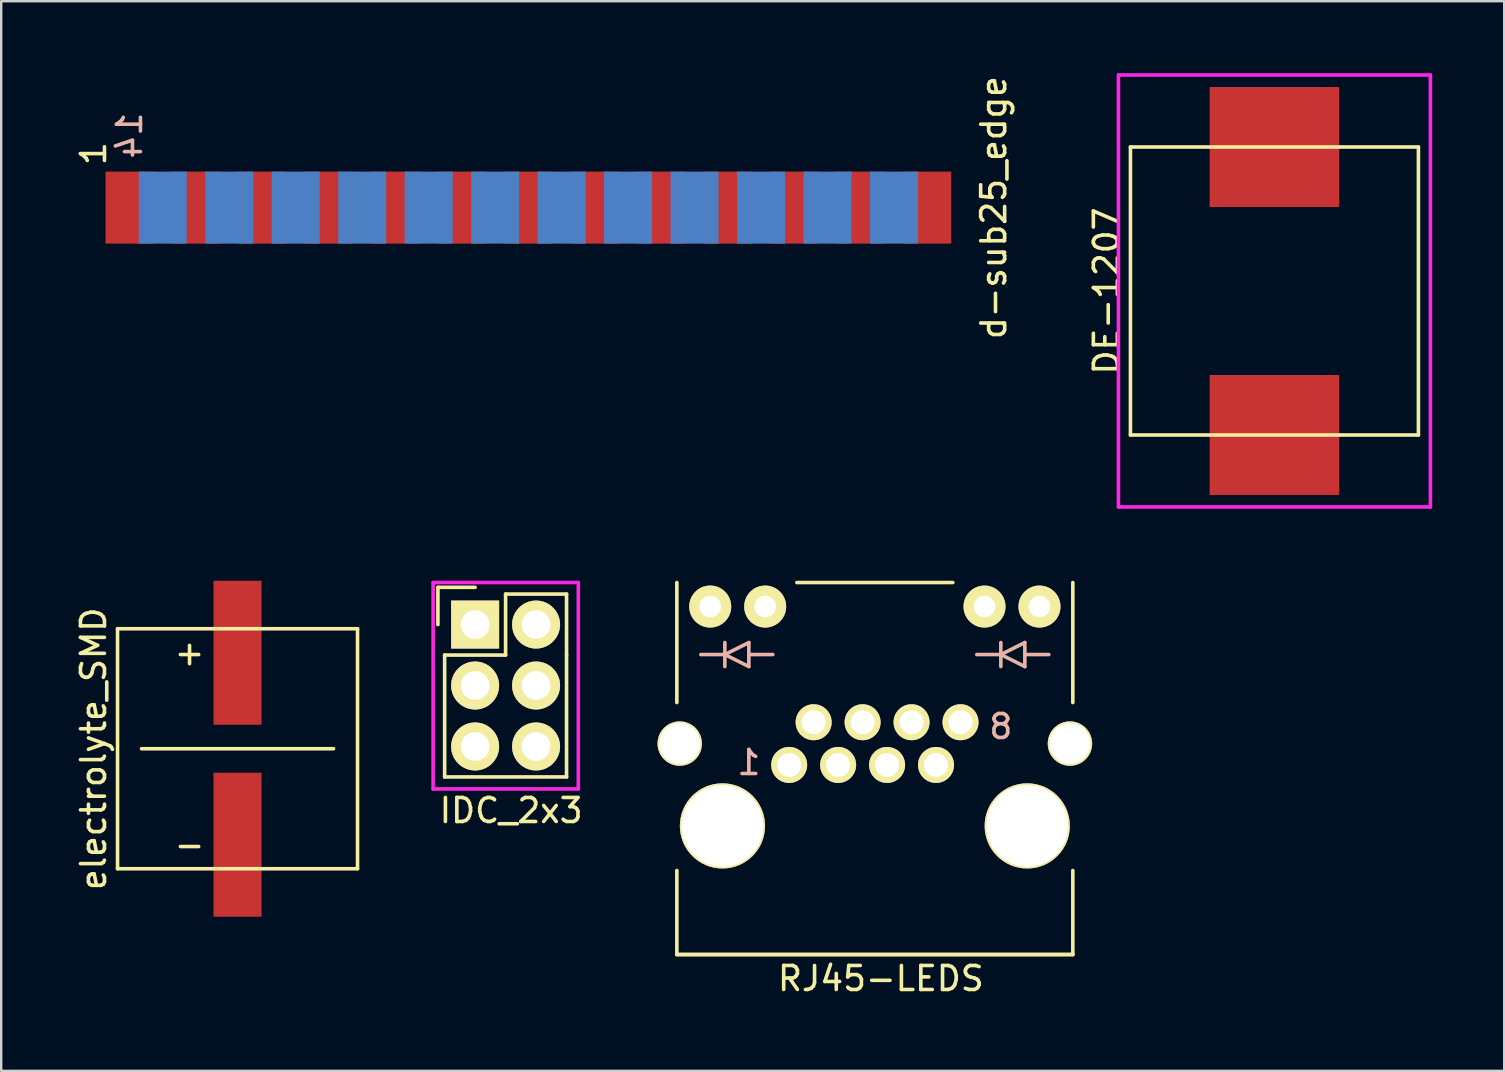
<source format=kicad_pcb>
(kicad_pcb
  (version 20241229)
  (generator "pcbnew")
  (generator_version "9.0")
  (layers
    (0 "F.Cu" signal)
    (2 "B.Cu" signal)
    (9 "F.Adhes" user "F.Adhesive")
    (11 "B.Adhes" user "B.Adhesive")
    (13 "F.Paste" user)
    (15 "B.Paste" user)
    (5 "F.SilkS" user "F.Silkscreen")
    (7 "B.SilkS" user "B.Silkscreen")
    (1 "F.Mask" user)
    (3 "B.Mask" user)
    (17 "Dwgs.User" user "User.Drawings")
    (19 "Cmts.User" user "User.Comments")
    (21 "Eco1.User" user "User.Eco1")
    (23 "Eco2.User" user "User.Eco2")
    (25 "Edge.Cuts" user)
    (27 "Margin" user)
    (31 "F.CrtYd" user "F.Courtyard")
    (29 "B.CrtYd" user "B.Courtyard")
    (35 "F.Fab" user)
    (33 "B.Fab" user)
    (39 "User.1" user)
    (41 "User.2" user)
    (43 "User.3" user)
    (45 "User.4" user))
  (footprint "d-sub25_edge"
    (layer "F.Cu")
    (at 2.348 5.601)
    (property "Reference" "d-sub25_edge" (at 36.01 0 90) (layer "F.SilkS") (effects (font (size 1 1) (thickness 0.15))))
    (attr through_hole)
    (fp_text user "1" (at -1.5 -2.25 90) (layer "F.SilkS") (effects (font (size 1 1) (thickness 0.15))))
    (fp_text user "14" (at 0 -3 90) (layer "B.SilkS") (effects (font (size 1 1) (thickness 0.15)) (justify mirror)))
    (pad "1" smd rect (at 0 0) (size 2 3) (layers "F.Cu" "F.Mask" "F.Paste"))
    (pad "2" smd rect (at 2.77 0) (size 2 3) (layers "F.Cu" "F.Mask" "F.Paste"))
    (pad "3" smd rect (at 5.54 0) (size 2 3) (layers "F.Cu" "F.Mask" "F.Paste"))
    (pad "4" smd rect (at 8.31 0) (size 2 3) (layers "F.Cu" "F.Mask" "F.Paste"))
    (pad "5" smd rect (at 11.08 0) (size 2 3) (layers "F.Cu" "F.Mask" "F.Paste"))
    (pad "6" smd rect (at 13.85 0) (size 2 3) (layers "F.Cu" "F.Mask" "F.Paste"))
    (pad "7" smd rect (at 16.62 0) (size 2 3) (layers "F.Cu" "F.Mask" "F.Paste"))
    (pad "8" smd rect (at 19.39 0) (size 2 3) (layers "F.Cu" "F.Mask" "F.Paste"))
    (pad "9" smd rect (at 22.16 0) (size 2 3) (layers "F.Cu" "F.Mask" "F.Paste"))
    (pad "10" smd rect (at 24.93 0) (size 2 3) (layers "F.Cu" "F.Mask" "F.Paste"))
    (pad "11" smd rect (at 27.7 0) (size 2 3) (layers "F.Cu" "F.Mask" "F.Paste"))
    (pad "12" smd rect (at 30.47 0) (size 2 3) (layers "F.Cu" "F.Mask" "F.Paste"))
    (pad "13" smd rect (at 33.24 0) (size 2 3) (layers "F.Cu" "F.Mask" "F.Paste"))
    (pad "14" smd rect (at 1.385 0) (size 2 3) (layers "B.Cu" "B.Mask" "B.Paste"))
    (pad "15" smd rect (at 4.155 0) (size 2 3) (layers "B.Cu" "B.Mask" "B.Paste"))
    (pad "16" smd rect (at 6.925 0) (size 2 3) (layers "B.Cu" "B.Mask" "B.Paste"))
    (pad "17" smd rect (at 9.695 0) (size 2 3) (layers "B.Cu" "B.Mask" "B.Paste"))
    (pad "18" smd rect (at 12.465 0) (size 2 3) (layers "B.Cu" "B.Mask" "B.Paste"))
    (pad "19" smd rect (at 15.235 0) (size 2 3) (layers "B.Cu" "B.Mask" "B.Paste"))
    (pad "20" smd rect (at 18.005 0) (size 2 3) (layers "B.Cu" "B.Mask" "B.Paste"))
    (pad "21" smd rect (at 20.775 0) (size 2 3) (layers "B.Cu" "B.Mask" "B.Paste"))
    (pad "22" smd rect (at 23.545 0) (size 2 3) (layers "B.Cu" "B.Mask" "B.Paste"))
    (pad "23" smd rect (at 26.315 0) (size 2 3) (layers "B.Cu" "B.Mask" "B.Paste"))
    (pad "24" smd rect (at 29.085 0) (size 2 3) (layers "B.Cu" "B.Mask" "B.Paste"))
    (pad "25" smd rect (at 31.855 0) (size 2 3) (layers "B.Cu" "B.Mask" "B.Paste")))
  (footprint "electrolyte_SMD"
    (layer "F.Cu")
    (at 6.848 28.15)
    (property "Reference" "electrolyte_SMD" (at -6 0 90) (layer "F.SilkS") (effects (font (size 1 1) (thickness 0.15))))
    (attr through_hole)
    (fp_line (start -5 -5) (end 5 -5) (stroke (width 0.15) (type solid)) (layer "F.SilkS"))
    (fp_line (start -5 5) (end -5 -5) (stroke (width 0.15) (type solid)) (layer "F.SilkS"))
    (fp_line (start -4 0) (end 4 0) (stroke (width 0.15) (type solid)) (layer "F.SilkS"))
    (fp_line (start 5 -5) (end 5 5) (stroke (width 0.15) (type solid)) (layer "F.SilkS"))
    (fp_line (start 5 5) (end -5 5) (stroke (width 0.15) (type solid)) (layer "F.SilkS"))
    (fp_text user "+" (at -2 -4 0) (layer "F.SilkS") (effects (font (size 1 1) (thickness 0.15))))
    (fp_text user "-" (at -2 4 0) (layer "F.SilkS") (effects (font (size 1 1) (thickness 0.15))))
    (pad "1" smd rect (at 0 -4) (size 2 6) (layers "F.Cu" "F.Mask" "F.Paste"))
    (pad "2" smd rect (at 0 4) (size 2 6) (layers "F.Cu" "F.Mask" "F.Paste")))
  (footprint "DE-1207"
    (layer "F.Cu")
    (at 50.055 3.075)
    (property "Reference" "DE-1207" (at -7 6 90) (layer "F.SilkS") (effects (font (size 1 1) (thickness 0.15))))
    (attr through_hole)
    (fp_line (start -6 0) (end 6 0) (stroke (width 0.15) (type solid)) (layer "F.SilkS"))
    (fp_line (start -6 12) (end -6 0) (stroke (width 0.15) (type solid)) (layer "F.SilkS"))
    (fp_line (start 6 0) (end 6 12) (stroke (width 0.15) (type solid)) (layer "F.SilkS"))
    (fp_line (start 6 12) (end -6 12) (stroke (width 0.15) (type solid)) (layer "F.SilkS"))
    (fp_line (start -6.5 -3) (end 6.5 -3) (stroke (width 0.15) (type solid)) (layer "F.CrtYd"))
    (fp_line (start -6.5 15) (end -6.5 -3) (stroke (width 0.15) (type solid)) (layer "F.CrtYd"))
    (fp_line (start 6.5 -3) (end 6.5 15) (stroke (width 0.15) (type solid)) (layer "F.CrtYd"))
    (fp_line (start 6.5 15) (end -6.5 15) (stroke (width 0.15) (type solid)) (layer "F.CrtYd"))
    (pad "1" smd rect (at 0 0) (size 5.4 5) (layers "F.Cu" "F.Mask" "F.Paste"))
    (pad "2" smd rect (at 0 12) (size 5.4 5) (layers "F.Cu" "F.Mask" "F.Paste")))
  (footprint "RJ45-LEDS"
    (layer "F.Cu")
    (at 33.654 27.725)
    (property "Reference" "RJ45-LEDS" (at 0 10 0) (layer "F.SilkS") (effects (font (size 1 1) (thickness 0.15))))
    (attr through_hole)
    (fp_line (start -8.5 -1.5) (end -8.5 -6.5) (stroke (width 0.15) (type solid)) (layer "F.SilkS"))
    (fp_line (start -8.5 5.5) (end -8.5 9) (stroke (width 0.15) (type solid)) (layer "F.SilkS"))
    (fp_line (start -8.5 9) (end 8 9) (stroke (width 0.15) (type solid)) (layer "F.SilkS"))
    (fp_line (start -3.5 -6.5) (end 3 -6.5) (stroke (width 0.15) (type solid)) (layer "F.SilkS"))
    (fp_line (start 8 -1.5) (end 8 -6.5) (stroke (width 0.15) (type solid)) (layer "F.SilkS"))
    (fp_line (start 8 9) (end -8.5 9) (stroke (width 0.15) (type solid)) (layer "F.SilkS"))
    (fp_line (start 8 9) (end 8 5.5) (stroke (width 0.15) (type solid)) (layer "F.SilkS"))
    (fp_line (start -6.5 -4) (end -6.5 -3) (stroke (width 0.15) (type solid)) (layer "B.SilkS"))
    (fp_line (start -6.5 -3.5) (end -7.5 -3.5) (stroke (width 0.15) (type solid)) (layer "B.SilkS"))
    (fp_line (start -6.5 -3.5) (end -5.5 -4) (stroke (width 0.15) (type solid)) (layer "B.SilkS"))
    (fp_line (start -5.5 -4) (end -5.5 -3) (stroke (width 0.15) (type solid)) (layer "B.SilkS"))
    (fp_line (start -5.5 -3.5) (end -4.5 -3.5) (stroke (width 0.15) (type solid)) (layer "B.SilkS"))
    (fp_line (start -5.5 -3) (end -6.5 -3.5) (stroke (width 0.15) (type solid)) (layer "B.SilkS"))
    (fp_line (start 5 -4) (end 5 -3) (stroke (width 0.15) (type solid)) (layer "B.SilkS"))
    (fp_line (start 5 -3.5) (end 4 -3.5) (stroke (width 0.15) (type solid)) (layer "B.SilkS"))
    (fp_line (start 5 -3.5) (end 6 -4) (stroke (width 0.15) (type solid)) (layer "B.SilkS"))
    (fp_line (start 6 -4) (end 6 -3) (stroke (width 0.15) (type solid)) (layer "B.SilkS"))
    (fp_line (start 6 -3.5) (end 7 -3.5) (stroke (width 0.15) (type solid)) (layer "B.SilkS"))
    (fp_line (start 6 -3) (end 5 -3.5) (stroke (width 0.15) (type solid)) (layer "B.SilkS"))
    (fp_text user "1" (at -5.5 1 0) (layer "B.SilkS") (effects (font (size 1 1) (thickness 0.15)) (justify mirror)))
    (fp_text user "8" (at 5 -0.5 0) (layer "B.SilkS") (effects (font (size 1 1) (thickness 0.15)) (justify mirror)))
    (pad "" np_thru_hole circle (at -8.38 0.21 180) (size 1.85 1.85) (drill 1.7) (layers "*.Cu" "*.Mask" "F.SilkS"))
    (pad "" np_thru_hole circle (at -6.6 3.64 180) (size 3.55 3.55) (drill 3.4) (layers "*.Cu" "*.Mask" "F.SilkS"))
    (pad "" np_thru_hole circle (at 6.1 3.64 180) (size 3.55 3.55) (drill 3.4) (layers "*.Cu" "*.Mask" "F.SilkS"))
    (pad "" np_thru_hole circle (at 7.88 0.21 180) (size 1.85 1.85) (drill 1.7) (layers "*.Cu" "*.Mask" "F.SilkS"))
    (pad "1" thru_hole circle (at -3.82 1.1 180) (size 1.5 1.5) (drill 1) (layers "*.Cu" "*.Mask" "F.SilkS"))
    (pad "2" thru_hole circle (at -2.8 -0.68 180) (size 1.5 1.5) (drill 1) (layers "*.Cu" "*.Mask" "F.SilkS"))
    (pad "3" thru_hole circle (at -1.78 1.1 180) (size 1.5 1.5) (drill 1) (layers "*.Cu" "*.Mask" "F.SilkS"))
    (pad "4" thru_hole circle (at -0.76 -0.68 180) (size 1.5 1.5) (drill 1) (layers "*.Cu" "*.Mask" "F.SilkS"))
    (pad "5" thru_hole circle (at 0.26 1.1 180) (size 1.5 1.5) (drill 1) (layers "*.Cu" "*.Mask" "F.SilkS"))
    (pad "6" thru_hole circle (at 1.28 -0.68 180) (size 1.5 1.5) (drill 1) (layers "*.Cu" "*.Mask" "F.SilkS"))
    (pad "7" thru_hole circle (at 2.3 1.1 180) (size 1.5 1.5) (drill 1) (layers "*.Cu" "*.Mask" "F.SilkS"))
    (pad "8" thru_hole circle (at 3.32 -0.68 180) (size 1.5 1.5) (drill 1) (layers "*.Cu" "*.Mask" "F.SilkS"))
    (pad "9" thru_hole circle (at -7.11 -5.5 180) (size 1.75 1.75) (drill 0.9) (layers "*.Cu" "*.Mask" "F.SilkS"))
    (pad "10" thru_hole circle (at -4.82 -5.5 180) (size 1.75 1.75) (drill 0.9) (layers "*.Cu" "*.Mask" "F.SilkS"))
    (pad "11" thru_hole circle (at 4.32 -5.5 180) (size 1.75 1.75) (drill 0.9) (layers "*.Cu" "*.Mask" "F.SilkS"))
    (pad "12" thru_hole circle (at 6.61 -5.5 180) (size 1.75 1.75) (drill 0.9) (layers "*.Cu" "*.Mask" "F.SilkS")))
  (footprint "IDC_2x3"
    (layer "F.Cu")
    (at 16.748 22.975)
    (property "Reference" "IDC_2x3" (at 1.5 7.75 0) (layer "F.SilkS") (effects (font (size 1 1) (thickness 0.15))))
    (attr through_hole)
    (fp_line (start -1.55 -1.55) (end -1.55 0) (stroke (width 0.15) (type solid)) (layer "F.SilkS"))
    (fp_line (start -1.55 -1.55) (end 0 -1.55) (stroke (width 0.15) (type solid)) (layer "F.SilkS"))
    (fp_line (start -1.27 1.27) (end -1.27 6.35) (stroke (width 0.15) (type solid)) (layer "F.SilkS"))
    (fp_line (start -1.27 6.35) (end 3.81 6.35) (stroke (width 0.15) (type solid)) (layer "F.SilkS"))
    (fp_line (start 1.27 -1.27) (end 1.27 1.27) (stroke (width 0.15) (type solid)) (layer "F.SilkS"))
    (fp_line (start 1.27 1.27) (end -1.27 1.27) (stroke (width 0.15) (type solid)) (layer "F.SilkS"))
    (fp_line (start 3.81 -1.27) (end 1.27 -1.27) (stroke (width 0.15) (type solid)) (layer "F.SilkS"))
    (fp_line (start 3.81 1.27) (end 3.81 -1.27) (stroke (width 0.15) (type solid)) (layer "F.SilkS"))
    (fp_line (start 3.81 6.35) (end 3.81 1.27) (stroke (width 0.15) (type solid)) (layer "F.SilkS"))
    (fp_line (start -1.75 -1.75) (end -1.75 6.85) (stroke (width 0.15) (type solid)) (layer "F.CrtYd"))
    (fp_line (start -1.75 -1.75) (end 4.3 -1.75) (stroke (width 0.15) (type solid)) (layer "F.CrtYd"))
    (fp_line (start -1.75 6.85) (end 4.3 6.85) (stroke (width 0.15) (type solid)) (layer "F.CrtYd"))
    (fp_line (start 4.3 -1.75) (end 4.3 6.85) (stroke (width 0.15) (type solid)) (layer "F.CrtYd"))
    (pad "1" thru_hole rect (at 0 0) (size 2 2) (drill 1.2) (layers "*.Cu" "*.Mask" "F.SilkS"))
    (pad "2" thru_hole circle (at 2.54 0) (size 2 2) (drill 1.2) (layers "*.Cu" "*.Mask" "F.SilkS"))
    (pad "3" thru_hole circle (at 0 2.54) (size 2 2) (drill 1.2) (layers "*.Cu" "*.Mask" "F.SilkS"))
    (pad "4" thru_hole circle (at 2.54 2.54) (size 2 2) (drill 1.2) (layers "*.Cu" "*.Mask" "F.SilkS"))
    (pad "5" thru_hole circle (at 0 5.08) (size 2 2) (drill 1.2) (layers "*.Cu" "*.Mask" "F.SilkS"))
    (pad "6" thru_hole circle (at 2.54 5.08) (size 2 2) (drill 1.2) (layers "*.Cu" "*.Mask" "F.SilkS")))
  (gr_rect
    (start -3 -3)
    (end 59.63 41.573)
    (stroke (width 0.1) (type default))
    (fill no)
    (layer "Edge.Cuts")))
</source>
